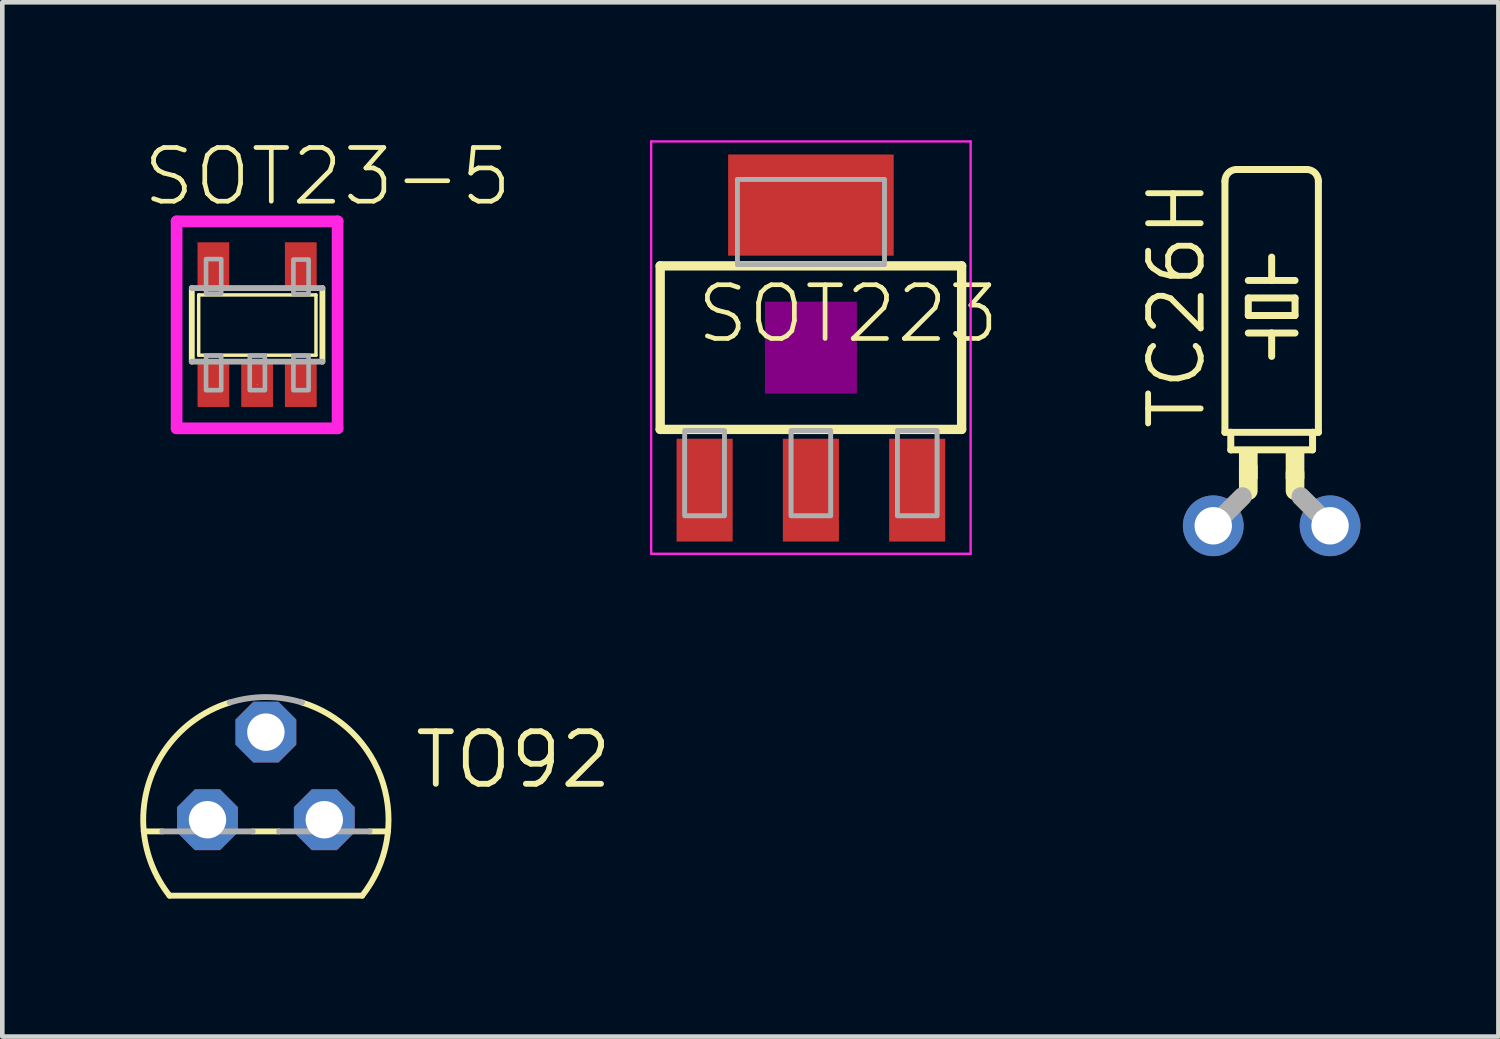
<source format=kicad_pcb>
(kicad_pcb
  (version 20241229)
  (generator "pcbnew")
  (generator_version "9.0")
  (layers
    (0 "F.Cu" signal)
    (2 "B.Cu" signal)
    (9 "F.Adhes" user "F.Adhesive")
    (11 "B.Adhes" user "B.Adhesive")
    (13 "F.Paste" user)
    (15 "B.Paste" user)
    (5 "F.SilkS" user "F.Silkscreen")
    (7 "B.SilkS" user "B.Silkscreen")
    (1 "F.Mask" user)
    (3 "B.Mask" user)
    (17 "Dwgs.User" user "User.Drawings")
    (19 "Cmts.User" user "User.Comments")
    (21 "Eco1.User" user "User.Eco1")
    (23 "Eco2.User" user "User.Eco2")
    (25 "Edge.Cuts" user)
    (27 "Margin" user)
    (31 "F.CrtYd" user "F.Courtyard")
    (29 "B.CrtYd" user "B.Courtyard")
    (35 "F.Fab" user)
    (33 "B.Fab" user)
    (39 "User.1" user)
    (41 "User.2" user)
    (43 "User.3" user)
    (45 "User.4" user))
  (footprint "SOT223"
    (layer "F.Cu")
    (at 14.581 4.508)
    (property "Reference" "SOT223" (at -2.54 -0.051 0) (unlocked yes) (layer "F.SilkS") (effects (font (size 1.168 1.168) (thickness 0.102)) (justify left bottom)))
    (fp_line (start -3.277 -1.778) (end 3.277 -1.778) (stroke (width 0.203) (type solid)) (layer "F.SilkS"))
    (fp_line (start -3.277 1.778) (end -3.277 -1.778) (stroke (width 0.203) (type solid)) (layer "F.SilkS"))
    (fp_line (start 3.277 -1.778) (end 3.277 1.778) (stroke (width 0.203) (type solid)) (layer "F.SilkS"))
    (fp_line (start 3.277 1.778) (end -3.277 1.778) (stroke (width 0.203) (type solid)) (layer "F.SilkS"))
    (fp_poly (pts (xy -1 1) (xy 1 1) (xy 1 -1) (xy -1 -1)) (stroke (width 0) (type default)) (fill yes) (layer "F.Adhes"))
    (fp_line (start -3.473 -4.483) (end 3.473 -4.483) (stroke (width 0.051) (type solid)) (layer "F.CrtYd"))
    (fp_line (start -3.473 4.483) (end -3.473 -4.483) (stroke (width 0.051) (type solid)) (layer "F.CrtYd"))
    (fp_line (start 3.473 -4.483) (end 3.473 4.483) (stroke (width 0.051) (type solid)) (layer "F.CrtYd"))
    (fp_line (start 3.473 4.483) (end -3.473 4.483) (stroke (width 0.051) (type solid)) (layer "F.CrtYd"))
    (fp_poly (pts (xy -2.743 3.658) (xy -1.88 3.658) (xy -1.88 1.803) (xy -2.743 1.803)) (stroke (width 0.1) (type default)) (fill no) (layer "F.Fab"))
    (fp_poly (pts (xy -2.743 3.658) (xy -1.88 3.658) (xy -1.88 1.803) (xy -2.743 1.803)) (stroke (width 0.1) (type default)) (fill no) (layer "F.Fab"))
    (fp_poly (pts (xy -1.6 -1.803) (xy 1.6 -1.803) (xy 1.6 -3.658) (xy -1.6 -3.658)) (stroke (width 0.1) (type default)) (fill no) (layer "F.Fab"))
    (fp_poly (pts (xy -1.6 -1.803) (xy 1.6 -1.803) (xy 1.6 -3.658) (xy -1.6 -3.658)) (stroke (width 0.1) (type default)) (fill no) (layer "F.Fab"))
    (fp_poly (pts (xy -0.432 3.658) (xy 0.432 3.658) (xy 0.432 1.803) (xy -0.432 1.803)) (stroke (width 0.1) (type default)) (fill no) (layer "F.Fab"))
    (fp_poly (pts (xy -0.432 3.658) (xy 0.432 3.658) (xy 0.432 1.803) (xy -0.432 1.803)) (stroke (width 0.1) (type default)) (fill no) (layer "F.Fab"))
    (fp_poly (pts (xy 1.88 3.658) (xy 2.743 3.658) (xy 2.743 1.803) (xy 1.88 1.803)) (stroke (width 0.1) (type default)) (fill no) (layer "F.Fab"))
    (fp_poly (pts (xy 1.88 3.658) (xy 2.743 3.658) (xy 2.743 1.803) (xy 1.88 1.803)) (stroke (width 0.1) (type default)) (fill no) (layer "F.Fab"))
    (pad "1" smd rect (at -2.311 3.099) (size 1.219 2.235) (layers "F.Cu" "F.Mask" "F.Paste"))
    (pad "2" smd rect (at 0 3.099) (size 1.219 2.235) (layers "F.Cu" "F.Mask" "F.Paste"))
    (pad "3" smd rect (at 2.311 3.099) (size 1.219 2.235) (layers "F.Cu" "F.Mask" "F.Paste"))
    (pad "4" smd rect (at 0 -3.099) (size 3.6 2.2) (layers "F.Cu" "F.Mask" "F.Paste")))
  (footprint "SOT23-5"
    (layer "F.Cu")
    (at 2.54 4.013)
    (property "Reference" "SOT23-5" (at -2.54 -2.54 0) (unlocked yes) (layer "F.SilkS") (effects (font (size 1.168 1.168) (thickness 0.102)) (justify left bottom)))
    (fp_line (start -1.42 0.8) (end -1.42 -0.8) (stroke (width 0.127) (type solid)) (layer "F.SilkS"))
    (fp_line (start -1.27 -0.65) (end 1.28 -0.65) (stroke (width 0.075) (type solid)) (layer "F.SilkS"))
    (fp_line (start -1.27 0.66) (end -1.27 -0.65) (stroke (width 0.075) (type solid)) (layer "F.SilkS"))
    (fp_line (start 0 1.29) (end 0 1.3) (stroke (width 0.01) (type solid)) (layer "F.SilkS"))
    (fp_line (start 1.28 -0.65) (end 1.28 0.66) (stroke (width 0.075) (type solid)) (layer "F.SilkS"))
    (fp_line (start 1.28 0.66) (end -1.27 0.66) (stroke (width 0.075) (type solid)) (layer "F.SilkS"))
    (fp_line (start 1.42 -0.8) (end 1.42 0.8) (stroke (width 0.127) (type solid)) (layer "F.SilkS"))
    (fp_line (start -1.75 -2.25) (end 1.75 -2.25) (stroke (width 0.254) (type solid)) (layer "F.CrtYd"))
    (fp_line (start -1.75 2.25) (end -1.75 -2.25) (stroke (width 0.254) (type solid)) (layer "F.CrtYd"))
    (fp_line (start 1.75 -2.25) (end 1.75 2.25) (stroke (width 0.254) (type solid)) (layer "F.CrtYd"))
    (fp_line (start 1.75 2.25) (end -1.75 2.25) (stroke (width 0.254) (type solid)) (layer "F.CrtYd"))
    (fp_line (start -1.42 -0.8) (end 1.42 -0.8) (stroke (width 0.127) (type solid)) (layer "F.Fab"))
    (fp_line (start 1.42 0.8) (end -1.42 0.8) (stroke (width 0.127) (type solid)) (layer "F.Fab"))
    (fp_poly (pts (xy -1.11 -0.68) (xy -0.78 -0.68) (xy -0.78 -1.43) (xy -1.11 -1.43)) (stroke (width 0.1) (type default)) (fill no) (layer "F.Fab"))
    (fp_poly (pts (xy -1.11 1.42) (xy -0.78 1.42) (xy -0.78 0.67) (xy -1.11 0.67)) (stroke (width 0.1) (type default)) (fill no) (layer "F.Fab"))
    (fp_poly (pts (xy -0.16 1.42) (xy 0.17 1.42) (xy 0.17 0.67) (xy -0.16 0.67)) (stroke (width 0.1) (type default)) (fill no) (layer "F.Fab"))
    (fp_poly (pts (xy 0.79 -0.67) (xy 1.12 -0.67) (xy 1.12 -1.42) (xy 0.79 -1.42)) (stroke (width 0.1) (type default)) (fill no) (layer "F.Fab"))
    (fp_poly (pts (xy 0.79 1.42) (xy 1.12 1.42) (xy 1.12 0.67) (xy 0.79 0.67)) (stroke (width 0.1) (type default)) (fill no) (layer "F.Fab"))
    (pad "1" smd rect (at -0.95 1.29) (size 0.69 0.99) (layers "F.Cu" "F.Mask" "F.Paste"))
    (pad "2" smd rect (at 0 1.29) (size 0.69 0.99) (layers "F.Cu" "F.Mask" "F.Paste"))
    (pad "3" smd rect (at 0.95 1.29) (size 0.69 0.99) (layers "F.Cu" "F.Mask" "F.Paste"))
    (pad "4" smd rect (at 0.95 -1.3) (size 0.69 0.99) (layers "F.Cu" "F.Mask" "F.Paste"))
    (pad "5" smd rect (at -0.95 -1.3) (size 0.69 0.99) (layers "F.Cu" "F.Mask" "F.Paste")))
  (footprint "TC26H"
    (layer "F.Cu")
    (at 24.599 8.382)
    (property "Reference" "TC26H" (at -1.397 -2.032 90) (unlocked yes) (layer "F.SilkS") (effects (font (size 1.143 1.143) (thickness 0.127)) (justify left bottom)))
    (fp_line (start -1.016 -2.032) (end -1.016 -7.493) (stroke (width 0.152) (type solid)) (layer "F.SilkS"))
    (fp_line (start -1.016 -2.032) (end -0.889 -2.032) (stroke (width 0.152) (type solid)) (layer "F.SilkS"))
    (fp_line (start -0.889 -1.651) (end -0.889 -2.032) (stroke (width 0.152) (type solid)) (layer "F.SilkS"))
    (fp_line (start -0.889 -1.651) (end 0.889 -1.651) (stroke (width 0.152) (type solid)) (layer "F.SilkS"))
    (fp_line (start -0.762 -7.747) (end 0.762 -7.747) (stroke (width 0.152) (type solid)) (layer "F.SilkS"))
    (fp_line (start -0.508 -5.334) (end 0 -5.334) (stroke (width 0.152) (type solid)) (layer "F.SilkS"))
    (fp_line (start -0.508 -4.953) (end -0.508 -4.572) (stroke (width 0.152) (type solid)) (layer "F.SilkS"))
    (fp_line (start -0.508 -4.953) (end 0.508 -4.953) (stroke (width 0.152) (type solid)) (layer "F.SilkS"))
    (fp_line (start -0.508 -4.191) (end 0 -4.191) (stroke (width 0.152) (type solid)) (layer "F.SilkS"))
    (fp_line (start -0.508 -0.762) (end -0.508 -1.27) (stroke (width 0.406) (type solid)) (layer "F.SilkS"))
    (fp_line (start 0 -5.334) (end 0 -5.842) (stroke (width 0.152) (type solid)) (layer "F.SilkS"))
    (fp_line (start 0 -5.334) (end 0.508 -5.334) (stroke (width 0.152) (type solid)) (layer "F.SilkS"))
    (fp_line (start 0 -4.191) (end 0 -3.683) (stroke (width 0.152) (type solid)) (layer "F.SilkS"))
    (fp_line (start 0 -4.191) (end 0.508 -4.191) (stroke (width 0.152) (type solid)) (layer "F.SilkS"))
    (fp_line (start 0.508 -4.572) (end -0.508 -4.572) (stroke (width 0.152) (type solid)) (layer "F.SilkS"))
    (fp_line (start 0.508 -4.572) (end 0.508 -4.953) (stroke (width 0.152) (type solid)) (layer "F.SilkS"))
    (fp_line (start 0.508 -0.762) (end 0.508 -1.143) (stroke (width 0.406) (type solid)) (layer "F.SilkS"))
    (fp_line (start 0.889 -2.032) (end -0.889 -2.032) (stroke (width 0.152) (type solid)) (layer "F.SilkS"))
    (fp_line (start 0.889 -1.651) (end 0.889 -2.032) (stroke (width 0.152) (type solid)) (layer "F.SilkS"))
    (fp_line (start 1.016 -2.032) (end 0.889 -2.032) (stroke (width 0.152) (type solid)) (layer "F.SilkS"))
    (fp_line (start 1.016 -2.032) (end 1.016 -7.493) (stroke (width 0.152) (type solid)) (layer "F.SilkS"))
    (fp_arc (start -1.016 -7.493) (mid -0.941605 -7.672605) (end -0.762 -7.747) (stroke (width 0.1524) (type solid)) (layer "F.SilkS"))
    (fp_arc (start 0.762 -7.747) (mid 0.941605 -7.672605) (end 1.016 -7.493) (stroke (width 0.1524) (type solid)) (layer "F.SilkS"))
    (fp_poly (pts (xy -0.711 -1.016) (xy -0.305 -1.016) (xy -0.305 -1.6) (xy -0.711 -1.6)) (stroke (width 0) (type default)) (fill yes) (layer "F.SilkS"))
    (fp_poly (pts (xy 0.305 -1.016) (xy 0.711 -1.016) (xy 0.711 -1.6) (xy 0.305 -1.6)) (stroke (width 0) (type default)) (fill yes) (layer "F.SilkS"))
    (fp_line (start -0.635 -0.635) (end -1.27 0) (stroke (width 0.406) (type solid)) (layer "F.Fab"))
    (fp_line (start 0.635 -0.635) (end 1.27 0) (stroke (width 0.406) (type solid)) (layer "F.Fab"))
    (pad "1" thru_hole circle (at -1.27 0) (size 1.321 1.321) (drill 0.813) (layers "*.Cu" "*.Mask"))
    (pad "2" thru_hole circle (at 1.27 0) (size 1.321 1.321) (drill 0.813) (layers "*.Cu" "*.Mask"))
    (zone (net_name "") (layers "F.Cu" "B.Cu") (hatch edge 0.5) (connect_pads) (min_thickness 0.25) (filled_areas_thickness no) (keepout (tracks allowed) (vias not_allowed) (pads allowed) (copperpour allowed) (footprints allowed)) (placement (enabled no)) (fill) (polygon (pts (xy 22.821 7.62) (xy 26.377 7.62) (xy 26.377 0) (xy 22.821 0)))))
  (footprint "TO92"
    (layer "F.Cu")
    (at 2.731 16.043)
    (property "Reference" "TO92" (at 3.175 -1.905 0) (unlocked yes) (layer "F.SilkS") (effects (font (size 1.143 1.143) (thickness 0.127)) (justify left bottom)))
    (fp_line (start -2.655 -1.016) (end -2.254 -1.016) (stroke (width 0.127) (type solid)) (layer "F.SilkS"))
    (fp_line (start -2.095 0.381) (end 2.095 0.381) (stroke (width 0.127) (type solid)) (layer "F.SilkS"))
    (fp_line (start -0.286 -1.016) (end 0.286 -1.016) (stroke (width 0.127) (type solid)) (layer "F.SilkS"))
    (fp_line (start 2.254 -1.016) (end 2.655 -1.016) (stroke (width 0.127) (type solid)) (layer "F.SilkS"))
    (fp_arc (start -2.6549 -1.016) (mid -2.219001 -2.749565) (end -0.786299 -3.8185) (stroke (width 0.127) (type solid)) (layer "F.SilkS"))
    (fp_arc (start -2.0946 0.381) (mid -2.475346 -0.277153) (end -2.6549 -1.016) (stroke (width 0.127) (type solid)) (layer "F.SilkS"))
    (fp_arc (start 0.7863 -3.8184) (mid 2.546271 -2.063201) (end 2.094501 0.381001) (stroke (width 0.127) (type solid)) (layer "F.SilkS"))
    (fp_line (start -2.254 -1.016) (end -0.286 -1.016) (stroke (width 0.127) (type solid)) (layer "F.Fab"))
    (fp_line (start 0.286 -1.016) (end 2.254 -1.016) (stroke (width 0.127) (type solid)) (layer "F.Fab"))
    (fp_arc (start -0.7863 -3.8185) (mid 0 -3.937043) (end 0.786301 -3.8185) (stroke (width 0.127) (type solid)) (layer "F.Fab"))
    (pad "1" thru_hole roundrect (at -1.27 -1.27) (size 1.321 1.321) (drill 0.813) (layers "*.Cu" "*.Mask") (roundrect_rratio 0.25) (chamfer_ratio 0.293) (chamfer top_left top_right bottom_left bottom_right))
    (pad "2" thru_hole roundrect (at 0 -3.175) (size 1.321 1.321) (drill 0.813) (layers "*.Cu" "*.Mask") (roundrect_rratio 0.25) (chamfer_ratio 0.293) (chamfer top_left top_right bottom_left bottom_right))
    (pad "3" thru_hole roundrect (at 1.27 -1.27) (size 1.321 1.321) (drill 0.813) (layers "*.Cu" "*.Mask") (roundrect_rratio 0.25) (chamfer_ratio 0.293) (chamfer top_left top_right bottom_left bottom_right)))
  (gr_rect
    (start -3 -3)
    (end 29.529 19.487)
    (stroke (width 0.1) (type default))
    (fill no)
    (layer "Edge.Cuts")))
</source>
